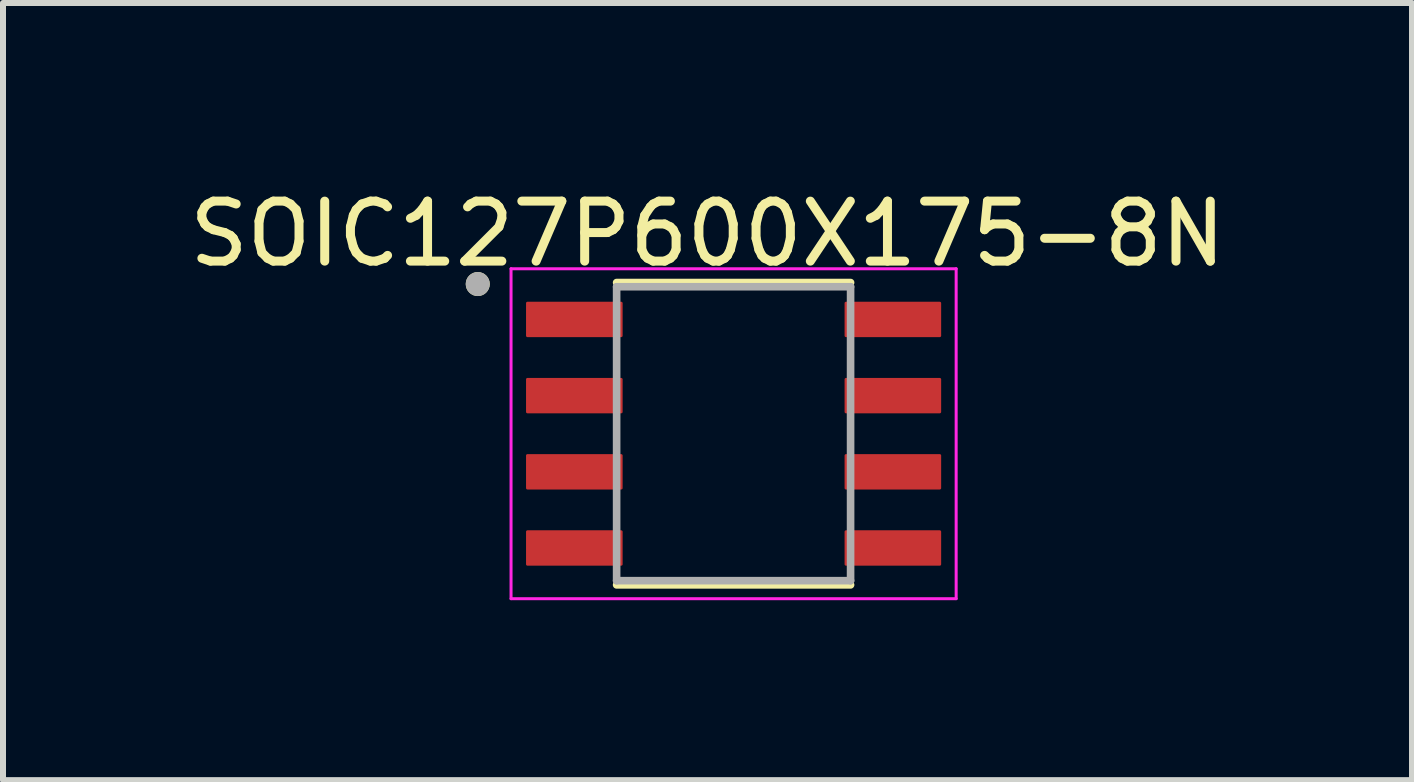
<source format=kicad_pcb>
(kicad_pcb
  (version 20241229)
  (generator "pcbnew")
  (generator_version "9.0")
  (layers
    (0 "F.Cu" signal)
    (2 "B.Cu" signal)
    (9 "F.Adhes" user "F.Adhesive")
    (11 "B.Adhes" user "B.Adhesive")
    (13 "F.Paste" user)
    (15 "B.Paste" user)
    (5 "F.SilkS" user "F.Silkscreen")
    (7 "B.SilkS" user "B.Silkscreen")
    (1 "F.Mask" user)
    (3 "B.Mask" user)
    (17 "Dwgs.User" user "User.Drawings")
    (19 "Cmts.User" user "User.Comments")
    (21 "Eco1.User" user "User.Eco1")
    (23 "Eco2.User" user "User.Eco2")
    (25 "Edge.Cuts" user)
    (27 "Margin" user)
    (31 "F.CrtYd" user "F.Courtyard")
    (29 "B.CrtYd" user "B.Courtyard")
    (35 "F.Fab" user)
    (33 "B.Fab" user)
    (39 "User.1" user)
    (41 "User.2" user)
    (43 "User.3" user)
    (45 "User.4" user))
  (footprint "SOIC127P600X175-8N"
    (layer "F.Cu")
    (at 9.179 4.18)
    (property "Reference" "SOIC127P600X175-8N" (at -0.435 -3.332 0) (layer "F.SilkS") (effects (font (size 1 1) (thickness 0.15))))
    (attr smd)
    (fp_line (start -1.95 -2.52) (end 1.95 -2.52) (stroke (width 0.127) (type solid)) (layer "F.SilkS"))
    (fp_line (start -1.95 2.52) (end 1.95 2.52) (stroke (width 0.127) (type solid)) (layer "F.SilkS"))
    (fp_circle (center -4.265 -2.495) (end -4.165 -2.495) (stroke (width 0.2) (type solid)) (fill no) (layer "F.SilkS"))
    (fp_line (start -3.71 -2.75) (end -3.71 2.75) (stroke (width 0.05) (type solid)) (layer "F.CrtYd"))
    (fp_line (start -3.71 -2.75) (end 3.71 -2.75) (stroke (width 0.05) (type solid)) (layer "F.CrtYd"))
    (fp_line (start -3.71 2.75) (end 3.71 2.75) (stroke (width 0.05) (type solid)) (layer "F.CrtYd"))
    (fp_line (start 3.71 -2.75) (end 3.71 2.75) (stroke (width 0.05) (type solid)) (layer "F.CrtYd"))
    (fp_line (start -1.95 -2.45) (end -1.95 2.45) (stroke (width 0.127) (type solid)) (layer "F.Fab"))
    (fp_line (start -1.95 -2.45) (end 1.95 -2.45) (stroke (width 0.127) (type solid)) (layer "F.Fab"))
    (fp_line (start -1.95 2.45) (end 1.95 2.45) (stroke (width 0.127) (type solid)) (layer "F.Fab"))
    (fp_line (start 1.95 -2.45) (end 1.95 2.45) (stroke (width 0.127) (type solid)) (layer "F.Fab"))
    (fp_circle (center -4.265 -2.495) (end -4.165 -2.495) (stroke (width 0.2) (type solid)) (fill no) (layer "F.Fab"))
    (pad "1" smd roundrect (at -2.655 -1.905) (size 1.61 0.59) (layers "F.Cu" "F.Mask" "F.Paste") (roundrect_rratio 0.04))
    (pad "2" smd roundrect (at -2.655 -0.635) (size 1.61 0.59) (layers "F.Cu" "F.Mask" "F.Paste") (roundrect_rratio 0.04))
    (pad "3" smd roundrect (at -2.655 0.635) (size 1.61 0.59) (layers "F.Cu" "F.Mask" "F.Paste") (roundrect_rratio 0.04))
    (pad "4" smd roundrect (at -2.655 1.905) (size 1.61 0.59) (layers "F.Cu" "F.Mask" "F.Paste") (roundrect_rratio 0.04))
    (pad "5" smd roundrect (at 2.655 1.905) (size 1.61 0.59) (layers "F.Cu" "F.Mask" "F.Paste") (roundrect_rratio 0.04))
    (pad "6" smd roundrect (at 2.655 0.635) (size 1.61 0.59) (layers "F.Cu" "F.Mask" "F.Paste") (roundrect_rratio 0.04))
    (pad "7" smd roundrect (at 2.655 -0.635) (size 1.61 0.59) (layers "F.Cu" "F.Mask" "F.Paste") (roundrect_rratio 0.04))
    (pad "8" smd roundrect (at 2.655 -1.905) (size 1.61 0.59) (layers "F.Cu" "F.Mask" "F.Paste") (roundrect_rratio 0.04)))
  (gr_rect
    (start -3 -3)
    (end 20.488 9.955)
    (stroke (width 0.1) (type default))
    (fill no)
    (layer "Edge.Cuts")))
</source>
